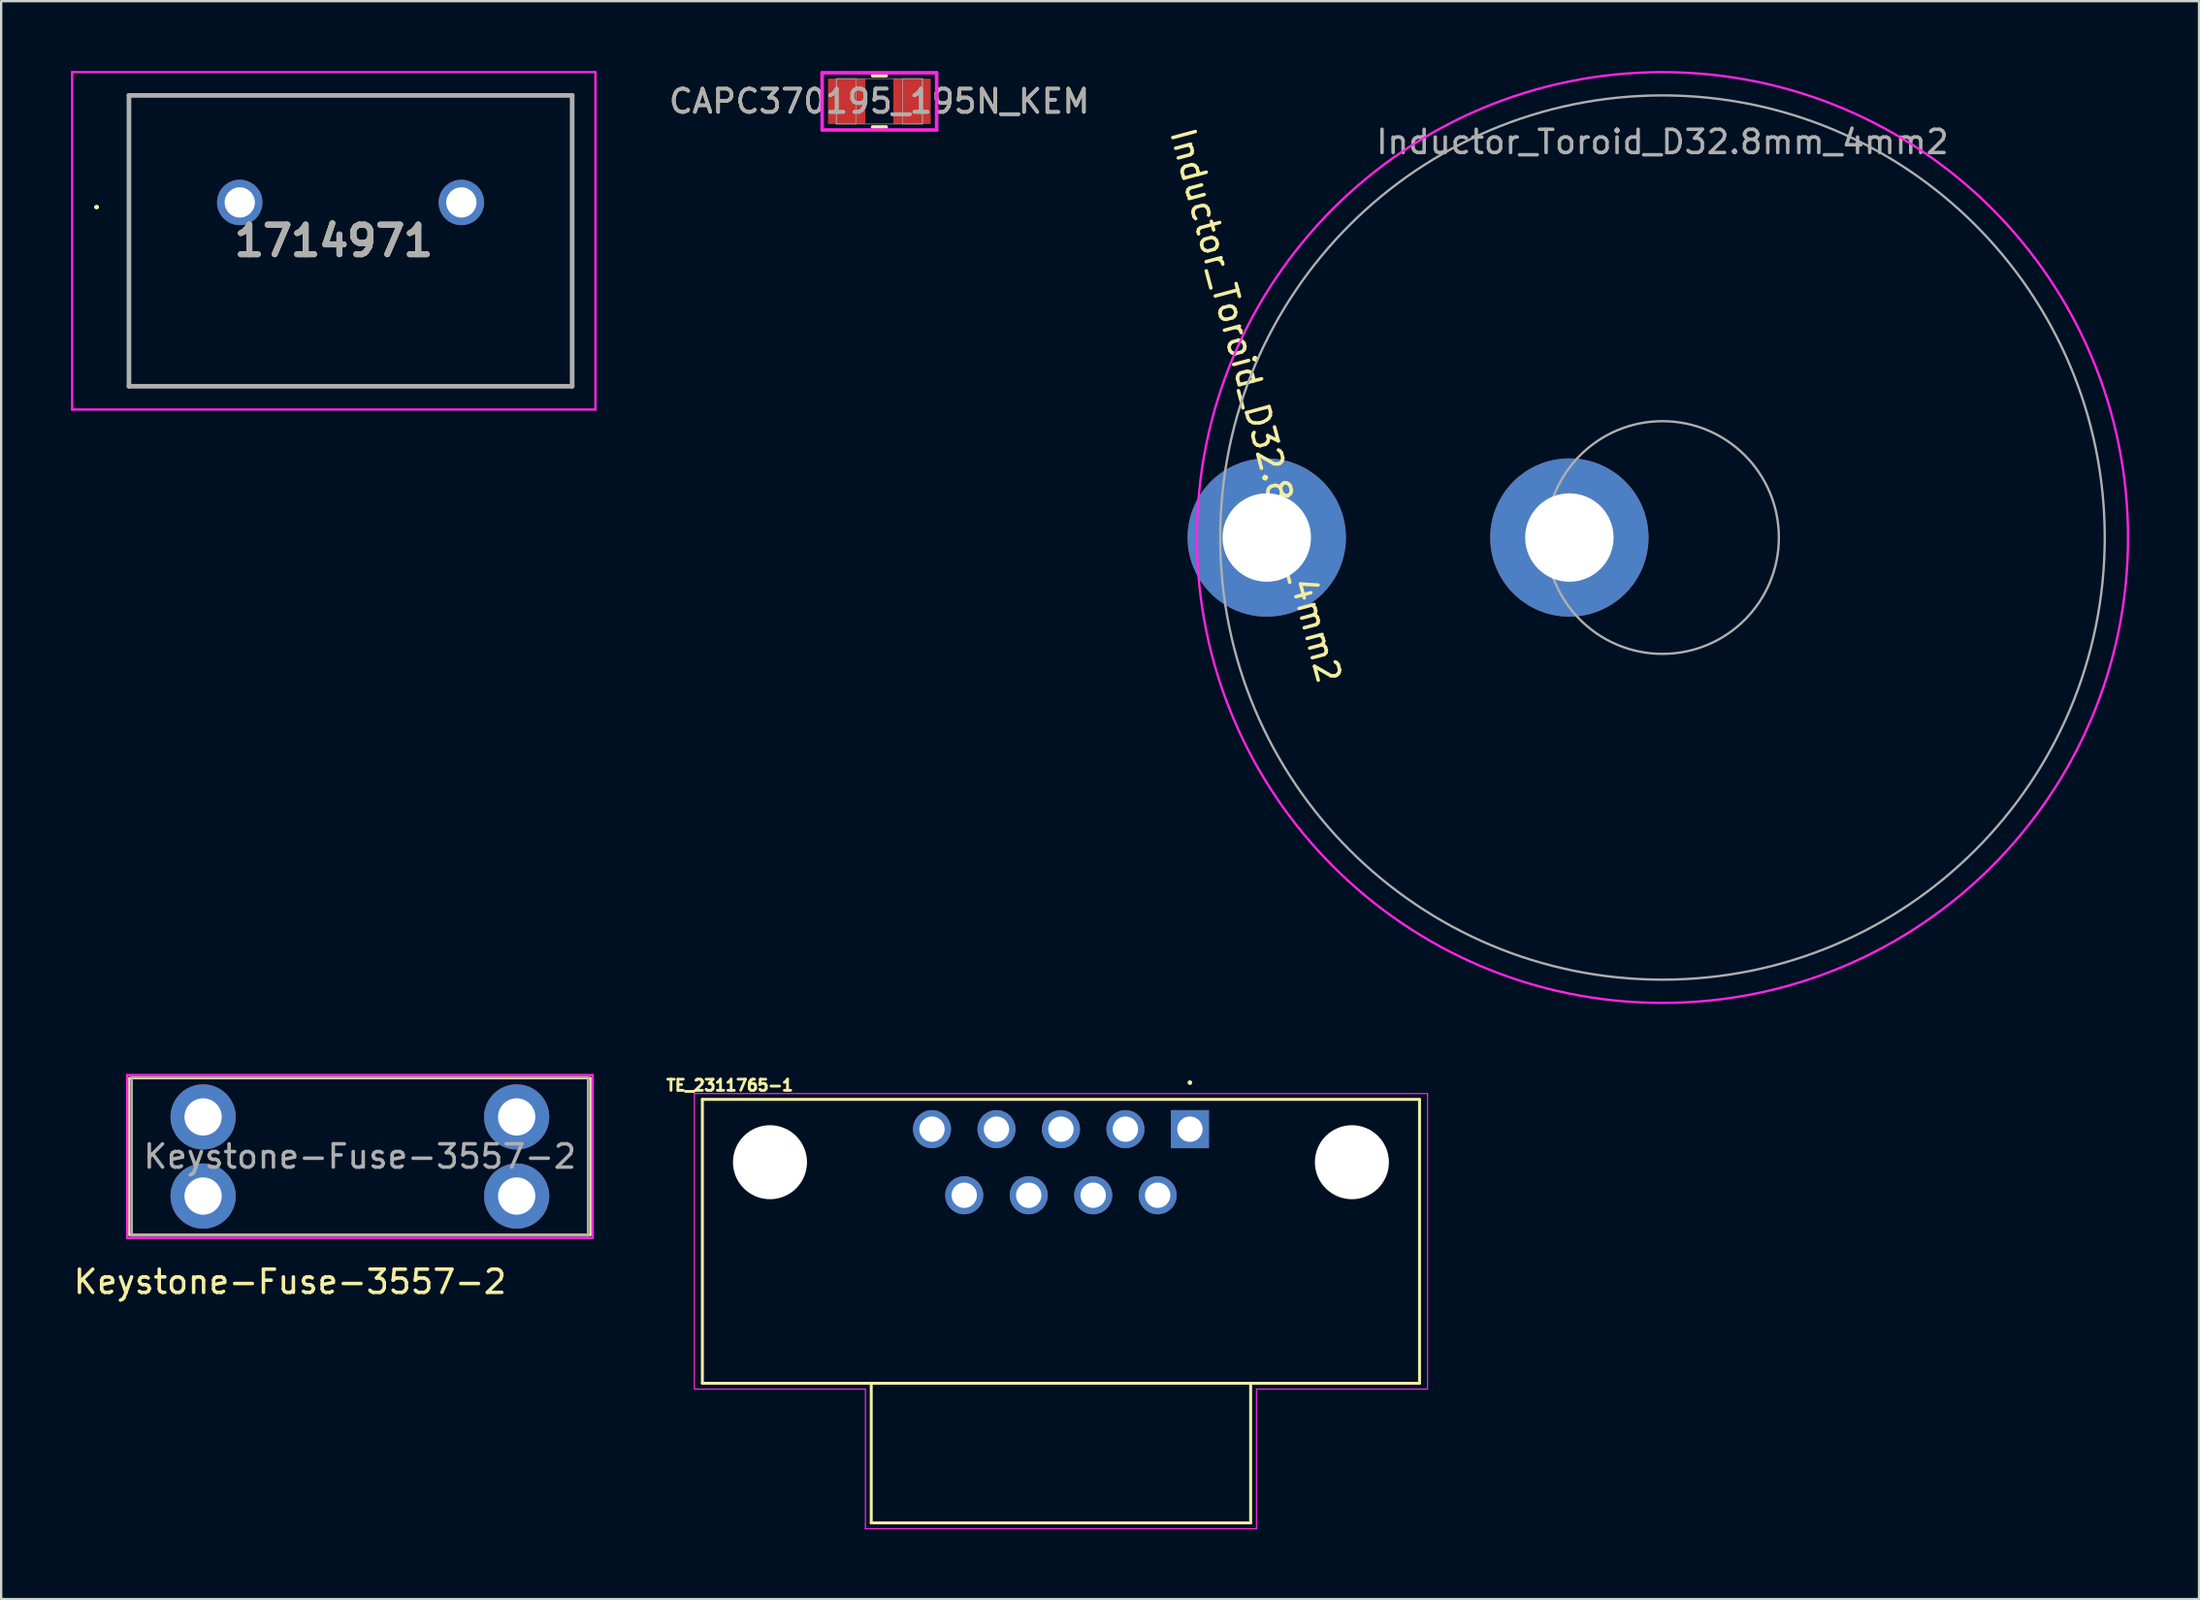
<source format=kicad_pcb>
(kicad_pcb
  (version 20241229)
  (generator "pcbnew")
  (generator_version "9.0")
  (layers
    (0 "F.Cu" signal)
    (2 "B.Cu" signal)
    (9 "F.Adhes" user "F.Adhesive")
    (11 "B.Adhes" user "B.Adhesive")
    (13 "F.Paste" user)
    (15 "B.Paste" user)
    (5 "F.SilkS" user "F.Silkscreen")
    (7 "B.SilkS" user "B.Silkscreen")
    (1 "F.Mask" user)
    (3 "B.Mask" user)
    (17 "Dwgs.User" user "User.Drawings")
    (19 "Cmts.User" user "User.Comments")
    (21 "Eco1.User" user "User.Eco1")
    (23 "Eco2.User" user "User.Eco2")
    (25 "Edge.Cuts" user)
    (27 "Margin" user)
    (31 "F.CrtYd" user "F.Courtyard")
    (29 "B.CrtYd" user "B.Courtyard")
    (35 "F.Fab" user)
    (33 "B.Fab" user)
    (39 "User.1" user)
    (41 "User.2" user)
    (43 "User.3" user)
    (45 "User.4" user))
  (footprint "Keystone-Fuse-3557-2"
    (layer "F.Cu")
    (at 12.411 46.65)
    (property "Reference" "Keystone-Fuse-3557-2" (at -3 4.8 0) (layer "F.SilkS") (effects (font (size 1 1) (thickness 0.15)) (justify top)))
    (attr through_hole)
    (fp_line (start -9.905 -3.365) (end 9.905 -3.365) (stroke (width 0.1) (type solid)) (layer "F.SilkS"))
    (fp_line (start -9.905 3.365) (end -9.905 -3.365) (stroke (width 0.1) (type solid)) (layer "F.SilkS"))
    (fp_line (start 9.905 -3.365) (end 9.905 3.365) (stroke (width 0.1) (type solid)) (layer "F.SilkS"))
    (fp_line (start 9.905 3.365) (end -9.905 3.365) (stroke (width 0.1) (type solid)) (layer "F.SilkS"))
    (fp_line (start -10 -3.5) (end 10 -3.5) (stroke (width 0.1) (type solid)) (layer "F.CrtYd"))
    (fp_line (start -10 3.5) (end -10 -3.5) (stroke (width 0.1) (type solid)) (layer "F.CrtYd"))
    (fp_line (start 10 -3.5) (end 10 3.5) (stroke (width 0.1) (type solid)) (layer "F.CrtYd"))
    (fp_line (start 10 3.5) (end -10 3.5) (stroke (width 0.1) (type solid)) (layer "F.CrtYd"))
    (fp_line (start -9.8 -3.4) (end 9.8 -3.4) (stroke (width 0.1) (type solid)) (layer "F.Fab"))
    (fp_line (start -9.8 3.4) (end -9.8 -3.4) (stroke (width 0.1) (type solid)) (layer "F.Fab"))
    (fp_line (start 9.8 -3.4) (end 9.8 3.4) (stroke (width 0.1) (type solid)) (layer "F.Fab"))
    (fp_line (start 9.8 3.4) (end -9.8 3.4) (stroke (width 0.1) (type solid)) (layer "F.Fab"))
    (fp_text user "${REFERENCE}" (at 0 0 180) (layer "F.Fab") (effects (font (size 1 1) (thickness 0.15))))
    (pad "1" thru_hole circle (at -6.735 -1.7 90) (size 2.8 2.8) (drill 1.6) (layers "*.Cu" "*.Mask"))
    (pad "1" thru_hole circle (at -6.735 1.7 90) (size 2.8 2.8) (drill 1.6) (layers "*.Cu" "*.Mask"))
    (pad "2" thru_hole circle (at 6.735 -1.7 90) (size 2.8 2.8) (drill 1.6) (layers "*.Cu" "*.Mask"))
    (pad "2" thru_hole circle (at 6.735 1.7 90) (size 2.8 2.8) (drill 1.6) (layers "*.Cu" "*.Mask")))
  (footprint "1714971"
    (layer "F.Cu")
    (at 7.25 5.65)
    (property "Reference" "1714971" (at 4.04 1.65 0) (layer "F.SilkS") (effects (font (size 1.27 1.27) (thickness 0.254))))
    (attr through_hole)
    (fp_line (start -6.2 0.2) (end -6.2 0.2) (stroke (width 0.1) (type solid)) (layer "F.SilkS"))
    (fp_line (start -6.1 0.2) (end -6.1 0.2) (stroke (width 0.1) (type solid)) (layer "F.SilkS"))
    (fp_line (start -4.76 -4.6) (end 14.28 -4.6) (stroke (width 0.1) (type solid)) (layer "F.SilkS"))
    (fp_line (start -4.76 7.9) (end -4.76 -4.6) (stroke (width 0.1) (type solid)) (layer "F.SilkS"))
    (fp_line (start 14.28 -4.6) (end 14.28 7.9) (stroke (width 0.1) (type solid)) (layer "F.SilkS"))
    (fp_line (start 14.28 7.9) (end -4.76 7.9) (stroke (width 0.1) (type solid)) (layer "F.SilkS"))
    (fp_arc (start -6.2 0.2) (mid -6.15 0.15) (end -6.1 0.2) (stroke (width 0.1) (type solid)) (layer "F.SilkS"))
    (fp_arc (start -6.1 0.2) (mid -6.15 0.25) (end -6.2 0.2) (stroke (width 0.1) (type solid)) (layer "F.SilkS"))
    (fp_line (start -7.2 -5.6) (end 15.28 -5.6) (stroke (width 0.1) (type solid)) (layer "F.CrtYd"))
    (fp_line (start -7.2 8.9) (end -7.2 -5.6) (stroke (width 0.1) (type solid)) (layer "F.CrtYd"))
    (fp_line (start 15.28 -5.6) (end 15.28 8.9) (stroke (width 0.1) (type solid)) (layer "F.CrtYd"))
    (fp_line (start 15.28 8.9) (end -7.2 8.9) (stroke (width 0.1) (type solid)) (layer "F.CrtYd"))
    (fp_line (start -4.76 -4.6) (end 14.28 -4.6) (stroke (width 0.2) (type solid)) (layer "F.Fab"))
    (fp_line (start -4.76 7.9) (end -4.76 -4.6) (stroke (width 0.2) (type solid)) (layer "F.Fab"))
    (fp_line (start 14.28 -4.6) (end 14.28 7.9) (stroke (width 0.2) (type solid)) (layer "F.Fab"))
    (fp_line (start 14.28 7.9) (end -4.76 7.9) (stroke (width 0.2) (type solid)) (layer "F.Fab"))
    (fp_text user "${REFERENCE}" (at 4.04 1.65 0) (layer "F.Fab") (effects (font (size 1.27 1.27) (thickness 0.254))))
    (pad "1" thru_hole circle (at 0 0) (size 1.95 1.95) (drill 1.3) (layers "*.Cu" "*.Mask"))
    (pad "2" thru_hole circle (at 9.52 0) (size 1.95 1.95) (drill 1.3) (layers "*.Cu" "*.Mask")))
  (footprint "Inductor_Toroid_D32.8mm_4mm2"
    (layer "F.Cu")
    (at 68.371 20.05)
    (property "Reference" "Inductor_Toroid_D32.8mm_4mm2" (at -18.043 -5.518 105) (layer "F.SilkS") (effects (font (size 1 1) (thickness 0.15)) (justify bottom)))
    (attr through_hole)
    (fp_circle (center 0 0) (end 20 0) (stroke (width 0.1) (type solid)) (fill no) (layer "F.CrtYd"))
    (fp_circle (center 0 0) (end 5 0) (stroke (width 0.1) (type solid)) (fill no) (layer "F.Fab"))
    (fp_circle (center 0 0) (end 19 0) (stroke (width 0.1) (type solid)) (fill no) (layer "F.Fab"))
    (fp_text user "${REFERENCE}" (at 0 -17 0) (layer "F.Fab") (effects (font (size 1 1) (thickness 0.15))))
    (pad "1" thru_hole circle (at -17 0 90) (size 6.8 6.8) (drill 3.8) (layers "*.Cu" "*.Mask"))
    (pad "2" thru_hole circle (at -4 0 90) (size 6.8 6.8) (drill 3.8) (layers "*.Cu" "*.Mask")))
  (footprint "CAPC370195_195N_KEM"
    (layer "F.Cu")
    (at 34.729 1.305)
    (property "Reference" "CAPC370195_195N_KEM" (at 0 0 0) (unlocked yes) (layer "F.SilkS") (effects (font (size 1 1) (thickness 0.15))))
    (attr smd)
    (fp_line (start -0.292 1.102) (end 0.292 1.102) (stroke (width 0.152) (type solid)) (layer "F.SilkS"))
    (fp_line (start 0.292 -1.102) (end -0.292 -1.102) (stroke (width 0.152) (type solid)) (layer "F.SilkS"))
    (fp_line (start -2.46 -1.229) (end 2.46 -1.229) (stroke (width 0.152) (type solid)) (layer "F.CrtYd"))
    (fp_line (start -2.46 1.229) (end -2.46 -1.229) (stroke (width 0.152) (type solid)) (layer "F.CrtYd"))
    (fp_line (start 2.46 -1.229) (end 2.46 1.229) (stroke (width 0.152) (type solid)) (layer "F.CrtYd"))
    (fp_line (start 2.46 1.229) (end -2.46 1.229) (stroke (width 0.152) (type solid)) (layer "F.CrtYd"))
    (fp_line (start -1.85 -0.975) (end -1.85 0.975) (stroke (width 0.025) (type solid)) (layer "F.Fab"))
    (fp_line (start -1.85 -0.975) (end -1.85 0.975) (stroke (width 0.025) (type solid)) (layer "F.Fab"))
    (fp_line (start -1.85 0.975) (end -1 0.975) (stroke (width 0.025) (type solid)) (layer "F.Fab"))
    (fp_line (start -1.85 0.975) (end 1.85 0.975) (stroke (width 0.025) (type solid)) (layer "F.Fab"))
    (fp_line (start -1 -0.975) (end -1.85 -0.975) (stroke (width 0.025) (type solid)) (layer "F.Fab"))
    (fp_line (start -1 0.975) (end -1 -0.975) (stroke (width 0.025) (type solid)) (layer "F.Fab"))
    (fp_line (start 1 -0.975) (end 1 0.975) (stroke (width 0.025) (type solid)) (layer "F.Fab"))
    (fp_line (start 1 0.975) (end 1.85 0.975) (stroke (width 0.025) (type solid)) (layer "F.Fab"))
    (fp_line (start 1.85 -0.975) (end -1.85 -0.975) (stroke (width 0.025) (type solid)) (layer "F.Fab"))
    (fp_line (start 1.85 -0.975) (end 1 -0.975) (stroke (width 0.025) (type solid)) (layer "F.Fab"))
    (fp_line (start 1.85 0.975) (end 1.85 -0.975) (stroke (width 0.025) (type solid)) (layer "F.Fab"))
    (fp_line (start 1.85 0.975) (end 1.85 -0.975) (stroke (width 0.025) (type solid)) (layer "F.Fab"))
    (fp_text user "${REFERENCE}" (at 0 0 0) (unlocked yes) (layer "F.Fab") (effects (font (size 1 1) (thickness 0.15))))
    (pad "1" smd rect (at -1.403 0) (size 1.606 1.95) (layers "F.Cu" "F.Mask" "F.Paste"))
    (pad "2" smd rect (at 1.403 0) (size 1.606 1.95) (layers "F.Cu" "F.Mask" "F.Paste"))
    (zone (net_name "") (layer "F.Cu") (hatch full 0.508) (connect_pads) (min_thickness 0.254) (filled_areas_thickness no) (keepout (tracks not_allowed) (vias not_allowed) (pads allowed) (copperpour not_allowed) (footprints allowed)) (placement (enabled no)) (fill) (polygon (pts (xy 34.18 0.381) (xy 35.278 0.381) (xy 35.278 2.229) (xy 34.18 2.229)))))
  (footprint "TE_2311765-1"
    (layer "F.Cu")
    (at 48.069 45.476)
    (property "Reference" "TE_2311765-1" (at -19.767 -1.885 0) (layer "F.SilkS") (effects (font (size 0.48 0.48) (thickness 0.15))))
    (attr through_hole)
    (fp_line (start -20.945 -1.28) (end 9.865 -1.28) (stroke (width 0.127) (type solid)) (layer "F.SilkS"))
    (fp_line (start -20.945 10.92) (end -20.945 -1.28) (stroke (width 0.127) (type solid)) (layer "F.SilkS"))
    (fp_line (start -13.69 10.92) (end -20.945 10.92) (stroke (width 0.127) (type solid)) (layer "F.SilkS"))
    (fp_line (start -13.69 10.92) (end 2.61 10.92) (stroke (width 0.127) (type solid)) (layer "F.SilkS"))
    (fp_line (start -13.69 16.92) (end -13.69 10.92) (stroke (width 0.127) (type solid)) (layer "F.SilkS"))
    (fp_line (start 2.61 10.92) (end 2.61 16.92) (stroke (width 0.127) (type solid)) (layer "F.SilkS"))
    (fp_line (start 2.61 16.92) (end -13.69 16.92) (stroke (width 0.127) (type solid)) (layer "F.SilkS"))
    (fp_line (start 9.865 -1.28) (end 9.865 10.92) (stroke (width 0.127) (type solid)) (layer "F.SilkS"))
    (fp_line (start 9.865 10.92) (end 2.61 10.92) (stroke (width 0.127) (type solid)) (layer "F.SilkS"))
    (fp_circle (center 0 -2) (end 0.05 -2) (stroke (width 0.1) (type solid)) (fill no) (layer "F.SilkS"))
    (fp_line (start -21.29 -1.53) (end -21.29 11.17) (stroke (width 0.05) (type solid)) (layer "F.CrtYd"))
    (fp_line (start -21.29 -1.53) (end 10.21 -1.53) (stroke (width 0.05) (type solid)) (layer "F.CrtYd"))
    (fp_line (start -21.29 11.17) (end -13.94 11.17) (stroke (width 0.05) (type solid)) (layer "F.CrtYd"))
    (fp_line (start -13.94 11.17) (end -13.94 17.17) (stroke (width 0.05) (type solid)) (layer "F.CrtYd"))
    (fp_line (start 2.86 11.17) (end 2.86 17.17) (stroke (width 0.05) (type solid)) (layer "F.CrtYd"))
    (fp_line (start 2.86 17.17) (end -13.94 17.17) (stroke (width 0.05) (type solid)) (layer "F.CrtYd"))
    (fp_line (start 10.21 -1.53) (end 10.21 11.17) (stroke (width 0.05) (type solid)) (layer "F.CrtYd"))
    (fp_line (start 10.21 11.17) (end 2.86 11.17) (stroke (width 0.05) (type solid)) (layer "F.CrtYd"))
    (fp_circle (center 0 0) (end 0.05 0) (stroke (width 0.1) (type solid)) (fill no) (layer "F.Fab"))
    (pad "" np_thru_hole circle (at -18.04 1.42) (size 3.18 3.18) (drill 3.18) (layers "*.Cu" "*.Mask"))
    (pad "" np_thru_hole circle (at 6.96 1.42) (size 3.18 3.18) (drill 3.18) (layers "*.Cu" "*.Mask"))
    (pad "1" thru_hole rect (at 0 0) (size 1.635 1.635) (drill 1.09) (layers "*.Cu" "*.Mask"))
    (pad "2" thru_hole circle (at -2.77 0) (size 1.635 1.635) (drill 1.09) (layers "*.Cu" "*.Mask"))
    (pad "3" thru_hole circle (at -5.54 0) (size 1.635 1.635) (drill 1.09) (layers "*.Cu" "*.Mask"))
    (pad "4" thru_hole circle (at -8.31 0) (size 1.635 1.635) (drill 1.09) (layers "*.Cu" "*.Mask"))
    (pad "5" thru_hole circle (at -11.08 0) (size 1.635 1.635) (drill 1.09) (layers "*.Cu" "*.Mask"))
    (pad "6" thru_hole circle (at -1.385 2.84) (size 1.635 1.635) (drill 1.09) (layers "*.Cu" "*.Mask"))
    (pad "7" thru_hole circle (at -4.155 2.84) (size 1.635 1.635) (drill 1.09) (layers "*.Cu" "*.Mask"))
    (pad "8" thru_hole circle (at -6.925 2.84) (size 1.635 1.635) (drill 1.09) (layers "*.Cu" "*.Mask"))
    (pad "9" thru_hole circle (at -9.695 2.84) (size 1.635 1.635) (drill 1.09) (layers "*.Cu" "*.Mask")))
  (gr_rect
    (start -3 -3)
    (end 91.421 65.671)
    (stroke (width 0.1) (type default))
    (fill no)
    (layer "Edge.Cuts")))
</source>
